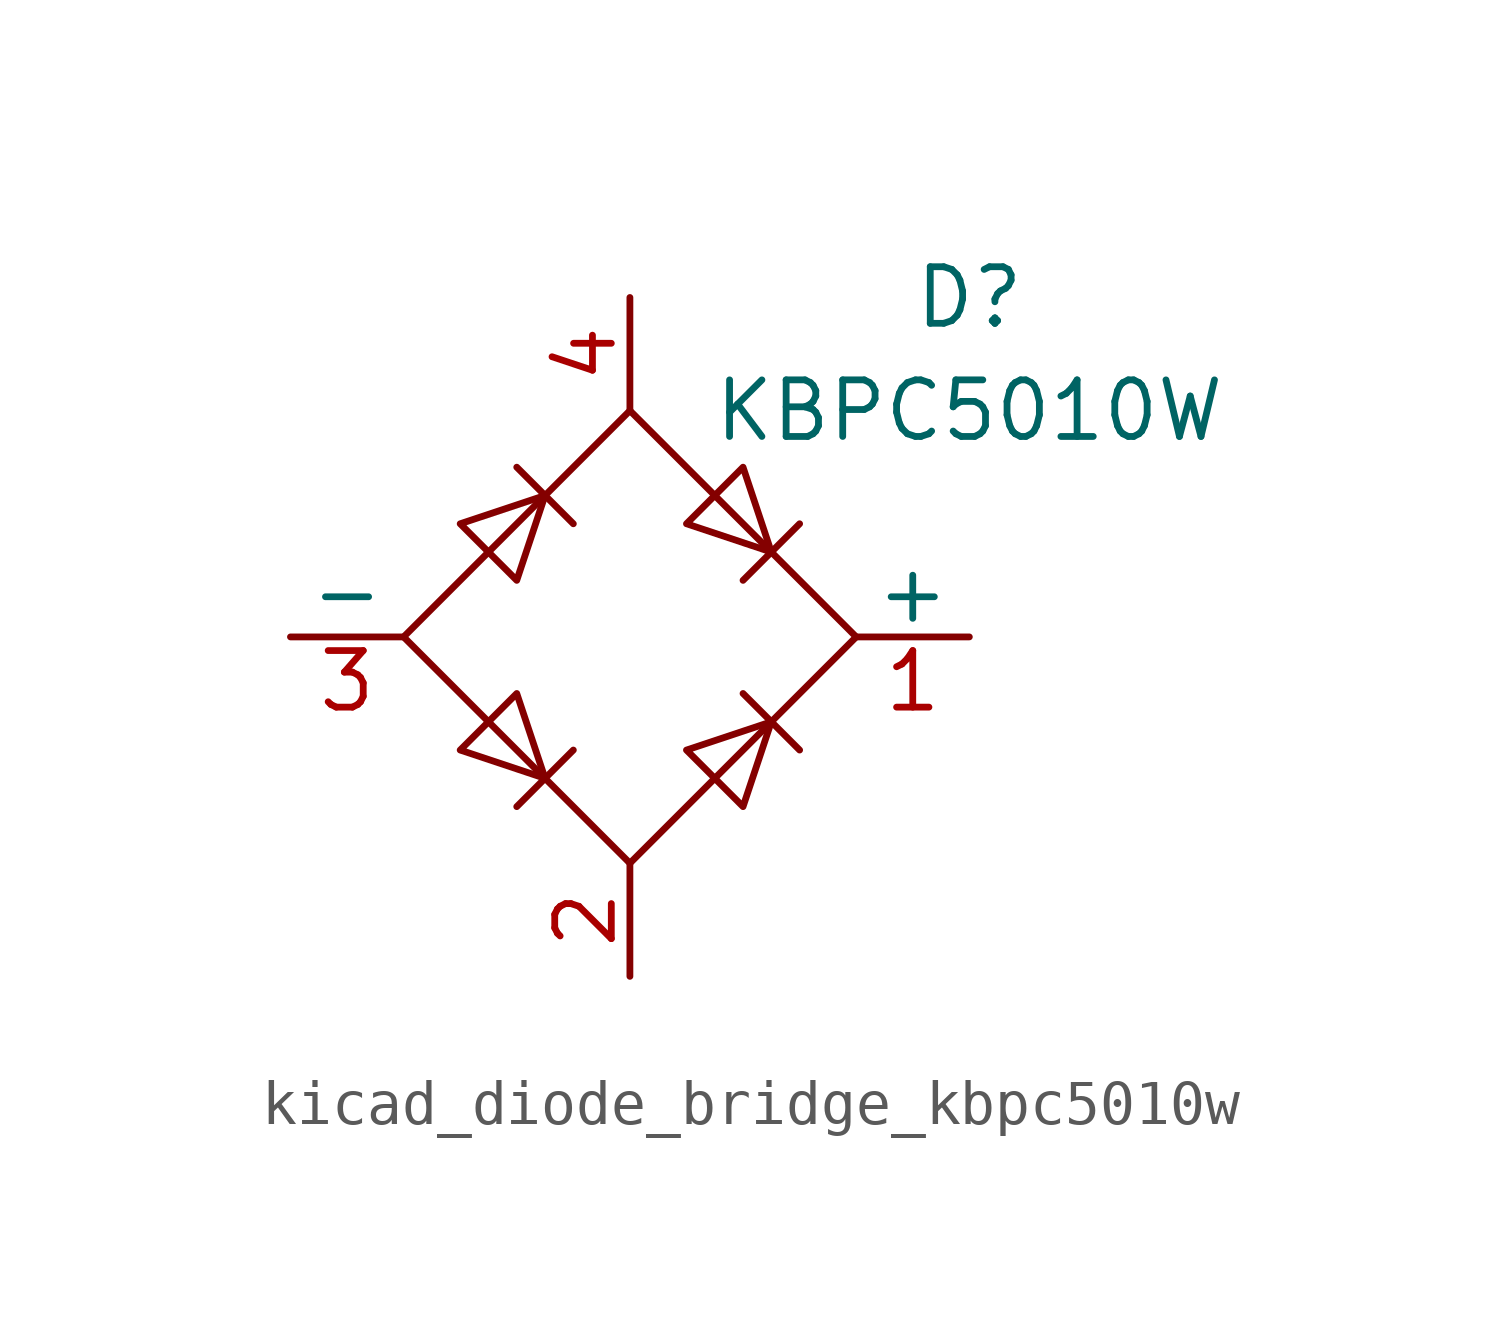
<source format=kicad_sym>
(kicad_symbol_lib
  (version 20220914)
  (generator kicad_symbol_editor)
  (symbol "kicad_diode_bridge_kbpc5010w"
    (pin_names
      (offset 0))
    (property "Reference" "D"
      (at 7.62 7.62 0)
      (effects (font (size 1.27 1.27))))
    (property "Value" "KBPC5010W"
      (at 7.62 5.08 0)
      (effects (font (size 1.27 1.27))))
    (symbol "kicad_diode_bridge_kbpc5010w_0_1"
      (polyline (pts (xy -2.54 3.81) (xy -1.27 2.54)) (stroke (width 0) (type default)) (fill (type none)))
      (polyline (pts (xy -1.27 -2.54) (xy -2.54 -3.81)) (stroke (width 0) (type default)) (fill (type none)))
      (polyline (pts (xy 2.54 -1.27) (xy 3.81 -2.54)) (stroke (width 0) (type default)) (fill (type none)))
      (polyline (pts (xy 2.54 1.27) (xy 3.81 2.54)) (stroke (width 0) (type default)) (fill (type none)))
      (polyline (pts (xy -3.81 2.54) (xy -2.54 1.27) (xy -1.905 3.175) (xy -3.81 2.54)) (stroke (width 0) (type default)) (fill (type none)))
      (polyline (pts (xy -2.54 -1.27) (xy -3.81 -2.54) (xy -1.905 -3.175) (xy -2.54 -1.27)) (stroke (width 0) (type default)) (fill (type none)))
      (polyline (pts (xy 1.27 2.54) (xy 2.54 3.81) (xy 3.175 1.905) (xy 1.27 2.54)) (stroke (width 0) (type default)) (fill (type none)))
      (polyline (pts (xy 3.175 -1.905) (xy 1.27 -2.54) (xy 2.54 -3.81) (xy 3.175 -1.905)) (stroke (width 0) (type default)) (fill (type none)))
      (polyline (pts (xy -5.08 0) (xy 0 -5.08) (xy 5.08 0) (xy 0 5.08) (xy -5.08 0)) (stroke (width 0) (type default)) (fill (type none))))
    (symbol "kicad_diode_bridge_kbpc5010w_1_1"
      (pin passive line (at 7.62 0 180) (length 2.54) (name "+" (effects (font (size 1.27 1.27)))) (number "1" (effects (font (size 1.27 1.27)))))
      (pin passive line (at 0 -7.62 90) (length 2.54) (name "~" (effects (font (size 1.27 1.27)))) (number "2" (effects (font (size 1.27 1.27)))))
      (pin passive line (at -7.62 0 0) (length 2.54) (name "-" (effects (font (size 1.27 1.27)))) (number "3" (effects (font (size 1.27 1.27)))))
      (pin passive line (at 0 7.62 270) (length 2.54) (name "~" (effects (font (size 1.27 1.27)))) (number "4" (effects (font (size 1.27 1.27))))))))
</source>
